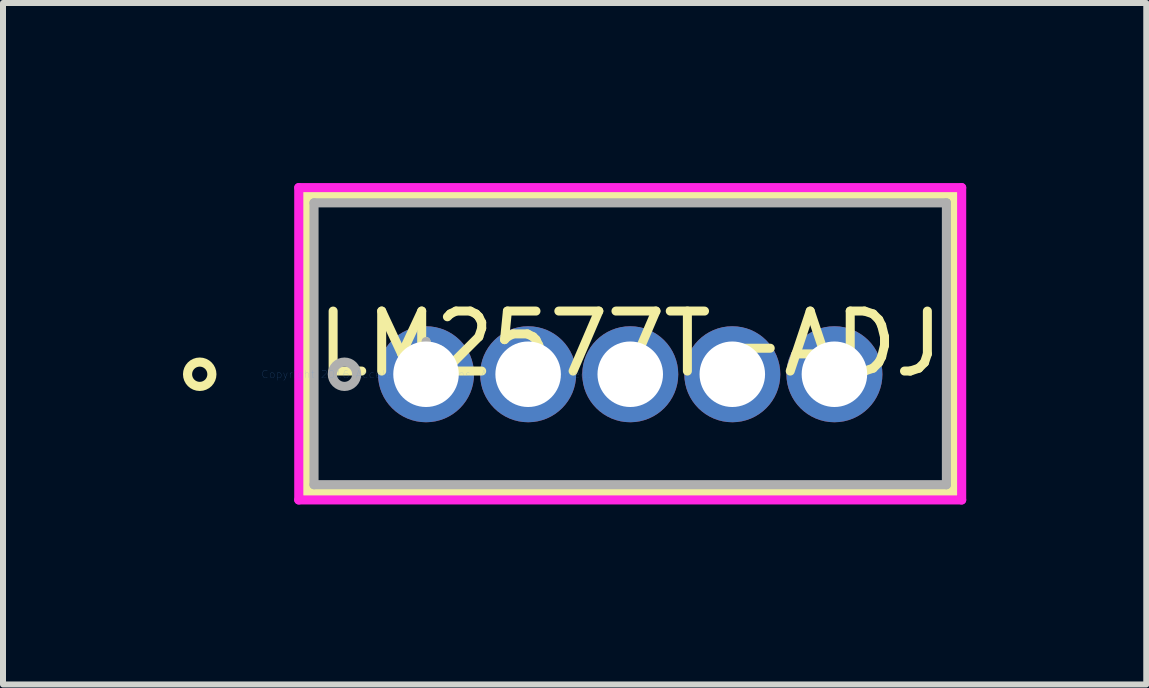
<source format=kicad_pcb>
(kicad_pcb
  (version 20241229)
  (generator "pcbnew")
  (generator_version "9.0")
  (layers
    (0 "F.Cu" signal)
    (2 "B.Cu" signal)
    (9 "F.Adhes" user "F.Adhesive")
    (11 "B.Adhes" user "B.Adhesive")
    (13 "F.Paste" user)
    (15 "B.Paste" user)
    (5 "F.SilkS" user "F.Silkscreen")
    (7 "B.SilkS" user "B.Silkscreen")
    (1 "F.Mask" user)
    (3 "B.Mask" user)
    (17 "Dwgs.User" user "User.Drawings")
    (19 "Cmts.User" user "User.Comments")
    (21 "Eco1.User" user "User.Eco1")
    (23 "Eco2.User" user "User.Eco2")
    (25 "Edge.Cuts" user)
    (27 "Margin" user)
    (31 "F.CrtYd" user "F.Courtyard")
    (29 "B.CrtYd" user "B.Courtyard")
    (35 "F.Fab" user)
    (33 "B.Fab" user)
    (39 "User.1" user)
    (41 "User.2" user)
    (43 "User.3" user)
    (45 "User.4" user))
  (footprint "LM2577T-ADJ"
    (layer "F.Cu")
    (at 4.051 3.188)
    (property "Reference" "LM2577T-ADJ" (at 3.404 -0.508 0) (layer "F.SilkS") (effects (font (size 1 1) (thickness 0.15))))
    (attr through_hole)
    (fp_line (start -1.994 -2.985) (end -1.994 1.968) (stroke (width 0.152) (type solid)) (layer "F.SilkS"))
    (fp_line (start -1.994 1.968) (end 8.801 1.968) (stroke (width 0.152) (type solid)) (layer "F.SilkS"))
    (fp_line (start 8.801 -2.985) (end -1.994 -2.985) (stroke (width 0.152) (type solid)) (layer "F.SilkS"))
    (fp_line (start 8.801 1.968) (end 8.801 -2.985) (stroke (width 0.152) (type solid)) (layer "F.SilkS"))
    (fp_circle (center -3.772 0) (end -3.569 0) (stroke (width 0.152) (type solid)) (fill no) (layer "F.SilkS"))
    (fp_line (start -2.121 -3.111) (end 8.928 -3.111) (stroke (width 0.152) (type solid)) (layer "F.CrtYd"))
    (fp_line (start -2.121 2.095) (end -2.121 -3.111) (stroke (width 0.152) (type solid)) (layer "F.CrtYd"))
    (fp_line (start 8.928 -3.111) (end 8.928 2.095) (stroke (width 0.152) (type solid)) (layer "F.CrtYd"))
    (fp_line (start 8.928 2.095) (end -2.121 2.095) (stroke (width 0.152) (type solid)) (layer "F.CrtYd"))
    (fp_line (start -1.867 -2.857) (end -1.867 1.841) (stroke (width 0.152) (type solid)) (layer "F.Fab"))
    (fp_line (start -1.867 1.841) (end 8.674 1.841) (stroke (width 0.152) (type solid)) (layer "F.Fab"))
    (fp_line (start -0.254 0) (end 0.254 0) (stroke (width 0.152) (type solid)) (layer "F.Fab"))
    (fp_line (start 0 0.254) (end 0 -0.254) (stroke (width 0.152) (type solid)) (layer "F.Fab"))
    (fp_line (start 8.674 -2.857) (end -1.867 -2.857) (stroke (width 0.152) (type solid)) (layer "F.Fab"))
    (fp_line (start 8.674 1.841) (end 8.674 -2.857) (stroke (width 0.152) (type solid)) (layer "F.Fab"))
    (fp_circle (center -1.359 0) (end -1.156 0) (stroke (width 0.152) (type solid)) (fill no) (layer "F.Fab"))
    (fp_text user "*" (at 0 0 0) (layer "F.SilkS") (effects (font (size 1 1) (thickness 0.15))))
    (fp_text user "Copyright 2016 Accelerated Designs. All rights reserved." (at 0 0 0) (layer "Cmts.User") (effects (font (size 0.127 0.127) (thickness 0.002))))
    (fp_text user "*" (at 0 0 0) (layer "F.Fab") (effects (font (size 1 1) (thickness 0.15))))
    (pad "1" thru_hole circle (at 0 0) (size 1.6 1.6) (drill 1.092) (layers "*.Cu" "*.Mask"))
    (pad "2" thru_hole circle (at 1.702 0) (size 1.6 1.6) (drill 1.092) (layers "*.Cu" "*.Mask"))
    (pad "3" thru_hole circle (at 3.404 0) (size 1.6 1.6) (drill 1.092) (layers "*.Cu" "*.Mask"))
    (pad "4" thru_hole circle (at 5.105 0) (size 1.6 1.6) (drill 1.092) (layers "*.Cu" "*.Mask"))
    (pad "5" thru_hole circle (at 6.807 0) (size 1.6 1.6) (drill 1.092) (layers "*.Cu" "*.Mask")))
  (gr_rect
    (start -3 -3)
    (end 16.056 8.359)
    (stroke (width 0.1) (type default))
    (fill no)
    (layer "Edge.Cuts")))
</source>
